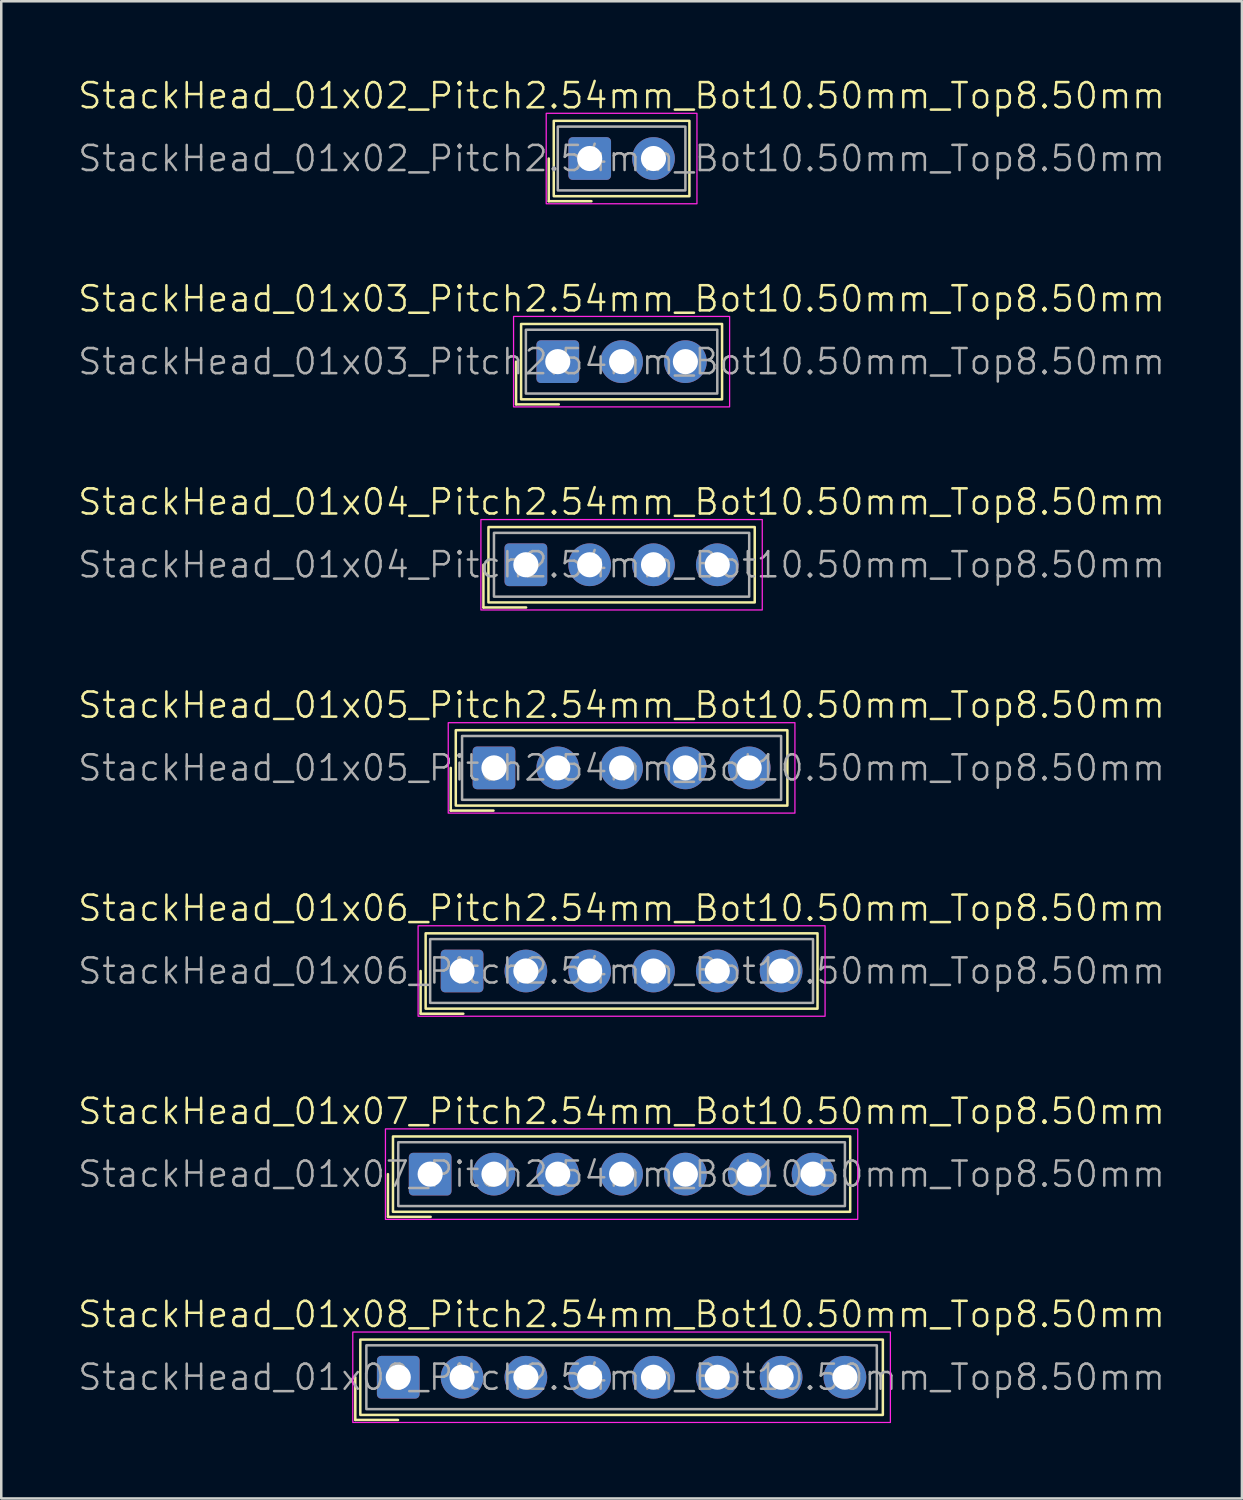
<source format=kicad_pcb>
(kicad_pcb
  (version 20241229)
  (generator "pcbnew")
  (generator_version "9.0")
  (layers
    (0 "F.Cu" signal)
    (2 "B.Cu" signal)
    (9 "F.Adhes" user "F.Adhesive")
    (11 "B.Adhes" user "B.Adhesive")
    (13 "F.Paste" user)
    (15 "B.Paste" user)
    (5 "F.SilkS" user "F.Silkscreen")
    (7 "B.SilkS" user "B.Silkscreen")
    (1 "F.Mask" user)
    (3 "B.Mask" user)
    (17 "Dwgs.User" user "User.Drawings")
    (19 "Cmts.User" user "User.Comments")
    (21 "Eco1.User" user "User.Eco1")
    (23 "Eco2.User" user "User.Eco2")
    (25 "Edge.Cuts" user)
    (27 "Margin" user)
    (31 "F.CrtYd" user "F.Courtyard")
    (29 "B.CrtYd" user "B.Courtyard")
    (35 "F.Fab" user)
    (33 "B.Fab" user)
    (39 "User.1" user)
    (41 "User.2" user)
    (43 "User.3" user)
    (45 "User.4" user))
  (footprint "StackHead_01x08_Pitch2.54mm_Bot10.50mm_Top8.50mm"
    (layer "F.Cu")
    (at 21.693 51.773)
    (property "Reference" "StackHead_01x08_Pitch2.54mm_Bot10.50mm_Top8.50mm" (at 0 -2.5 0) (unlocked yes) (layer "F.SilkS") (effects (font (size 1 1) (thickness 0.1))))
    (attr through_hole)
    (fp_line (start -10.6 0) (end -10.6 1.7) (stroke (width 0.1) (type default)) (layer "F.SilkS"))
    (fp_line (start -10.6 1.7) (end -8.9 1.7) (stroke (width 0.1) (type default)) (layer "F.SilkS"))
    (fp_rect (start -10.4 -1.5) (end 10.4 1.5) (stroke (width 0.1) (type default)) (fill no) (layer "F.SilkS"))
    (fp_rect (start -10.7 1.8) (end 10.7 -1.8) (stroke (width 0.05) (type default)) (fill no) (layer "F.CrtYd"))
    (fp_rect (start -10.16 -1.27) (end 10.16 1.27) (stroke (width 0.1) (type default)) (fill no) (layer "F.Fab"))
    (fp_text user "${REFERENCE}" (at 0 0 0) (unlocked yes) (layer "F.Fab") (effects (font (size 1 1) (thickness 0.1))))
    (pad "1" thru_hole roundrect (at -8.89 0) (size 1.7 1.7) (drill 1) (layers "*.Cu" "*.Mask") (roundrect_rratio 0.1))
    (pad "2" thru_hole circle (at -6.35 0) (size 1.7 1.7) (drill 1) (layers "*.Cu" "*.Mask"))
    (pad "3" thru_hole circle (at -3.81 0) (size 1.7 1.7) (drill 1) (layers "*.Cu" "*.Mask"))
    (pad "4" thru_hole circle (at -1.27 0) (size 1.7 1.7) (drill 1) (layers "*.Cu" "*.Mask"))
    (pad "5" thru_hole circle (at 1.27 0) (size 1.7 1.7) (drill 1) (layers "*.Cu" "*.Mask"))
    (pad "6" thru_hole circle (at 3.81 0) (size 1.7 1.7) (drill 1) (layers "*.Cu" "*.Mask"))
    (pad "7" thru_hole circle (at 6.35 0) (size 1.7 1.7) (drill 1) (layers "*.Cu" "*.Mask"))
    (pad "8" thru_hole circle (at 8.89 0) (size 1.7 1.7) (drill 1) (layers "*.Cu" "*.Mask")))
  (footprint "StackHead_01x03_Pitch2.54mm_Bot10.50mm_Top8.50mm"
    (layer "F.Cu")
    (at 21.693 11.346)
    (property "Reference" "StackHead_01x03_Pitch2.54mm_Bot10.50mm_Top8.50mm" (at 0 -2.5 0) (unlocked yes) (layer "F.SilkS") (effects (font (size 1 1) (thickness 0.1))))
    (attr through_hole)
    (fp_line (start -4.2 0) (end -4.2 1.7) (stroke (width 0.1) (type default)) (layer "F.SilkS"))
    (fp_line (start -4.2 1.7) (end -2.5 1.7) (stroke (width 0.1) (type default)) (layer "F.SilkS"))
    (fp_rect (start -4 -1.5) (end 4 1.5) (stroke (width 0.1) (type default)) (fill no) (layer "F.SilkS"))
    (fp_rect (start -4.3 1.8) (end 4.3 -1.8) (stroke (width 0.05) (type default)) (fill no) (layer "F.CrtYd"))
    (fp_rect (start -3.81 -1.27) (end 3.81 1.27) (stroke (width 0.1) (type default)) (fill no) (layer "F.Fab"))
    (fp_text user "${REFERENCE}" (at 0 0 0) (unlocked yes) (layer "F.Fab") (effects (font (size 1 1) (thickness 0.1))))
    (pad "1" thru_hole roundrect (at -2.54 0) (size 1.7 1.7) (drill 1) (layers "*.Cu" "*.Mask") (roundrect_rratio 0.1))
    (pad "2" thru_hole circle (at 0 0) (size 1.7 1.7) (drill 1) (layers "*.Cu" "*.Mask"))
    (pad "3" thru_hole circle (at 2.54 0) (size 1.7 1.7) (drill 1) (layers "*.Cu" "*.Mask")))
  (footprint "StackHead_01x06_Pitch2.54mm_Bot10.50mm_Top8.50mm"
    (layer "F.Cu")
    (at 21.693 35.602)
    (property "Reference" "StackHead_01x06_Pitch2.54mm_Bot10.50mm_Top8.50mm" (at 0 -2.5 0) (unlocked yes) (layer "F.SilkS") (effects (font (size 1 1) (thickness 0.1))))
    (attr through_hole)
    (fp_line (start -8 0) (end -8 1.7) (stroke (width 0.1) (type default)) (layer "F.SilkS"))
    (fp_line (start -8 1.7) (end -6.3 1.7) (stroke (width 0.1) (type default)) (layer "F.SilkS"))
    (fp_rect (start -7.8 -1.5) (end 7.8 1.5) (stroke (width 0.1) (type default)) (fill no) (layer "F.SilkS"))
    (fp_rect (start -8.1 1.8) (end 8.1 -1.8) (stroke (width 0.05) (type default)) (fill no) (layer "F.CrtYd"))
    (fp_rect (start -7.62 -1.27) (end 7.62 1.27) (stroke (width 0.1) (type default)) (fill no) (layer "F.Fab"))
    (fp_text user "${REFERENCE}" (at 0 0 0) (unlocked yes) (layer "F.Fab") (effects (font (size 1 1) (thickness 0.1))))
    (pad "1" thru_hole roundrect (at -6.35 0) (size 1.7 1.7) (drill 1) (layers "*.Cu" "*.Mask") (roundrect_rratio 0.1))
    (pad "2" thru_hole circle (at -3.81 0) (size 1.7 1.7) (drill 1) (layers "*.Cu" "*.Mask"))
    (pad "3" thru_hole circle (at -1.27 0) (size 1.7 1.7) (drill 1) (layers "*.Cu" "*.Mask"))
    (pad "4" thru_hole circle (at 1.27 0) (size 1.7 1.7) (drill 1) (layers "*.Cu" "*.Mask"))
    (pad "5" thru_hole circle (at 3.81 0) (size 1.7 1.7) (drill 1) (layers "*.Cu" "*.Mask"))
    (pad "6" thru_hole circle (at 6.35 0) (size 1.7 1.7) (drill 1) (layers "*.Cu" "*.Mask")))
  (footprint "StackHead_01x04_Pitch2.54mm_Bot10.50mm_Top8.50mm"
    (layer "F.Cu")
    (at 21.693 19.431)
    (property "Reference" "StackHead_01x04_Pitch2.54mm_Bot10.50mm_Top8.50mm" (at 0 -2.5 0) (unlocked yes) (layer "F.SilkS") (effects (font (size 1 1) (thickness 0.1))))
    (attr through_hole)
    (fp_line (start -5.5 0) (end -5.5 1.7) (stroke (width 0.1) (type default)) (layer "F.SilkS"))
    (fp_line (start -5.5 1.7) (end -3.8 1.7) (stroke (width 0.1) (type default)) (layer "F.SilkS"))
    (fp_rect (start -5.3 -1.5) (end 5.3 1.5) (stroke (width 0.1) (type default)) (fill no) (layer "F.SilkS"))
    (fp_rect (start -5.6 1.8) (end 5.6 -1.8) (stroke (width 0.05) (type default)) (fill no) (layer "F.CrtYd"))
    (fp_rect (start -5.08 -1.27) (end 5.08 1.27) (stroke (width 0.1) (type default)) (fill no) (layer "F.Fab"))
    (fp_text user "${REFERENCE}" (at 0 0 0) (unlocked yes) (layer "F.Fab") (effects (font (size 1 1) (thickness 0.1))))
    (pad "1" thru_hole roundrect (at -3.81 0) (size 1.7 1.7) (drill 1) (layers "*.Cu" "*.Mask") (roundrect_rratio 0.1))
    (pad "2" thru_hole circle (at -1.27 0) (size 1.7 1.7) (drill 1) (layers "*.Cu" "*.Mask"))
    (pad "3" thru_hole circle (at 1.27 0) (size 1.7 1.7) (drill 1) (layers "*.Cu" "*.Mask"))
    (pad "4" thru_hole circle (at 3.81 0) (size 1.7 1.7) (drill 1) (layers "*.Cu" "*.Mask")))
  (footprint "StackHead_01x07_Pitch2.54mm_Bot10.50mm_Top8.50mm"
    (layer "F.Cu")
    (at 21.693 43.688)
    (property "Reference" "StackHead_01x07_Pitch2.54mm_Bot10.50mm_Top8.50mm" (at 0 -2.5 0) (unlocked yes) (layer "F.SilkS") (effects (font (size 1 1) (thickness 0.1))))
    (attr through_hole)
    (fp_line (start -9.3 0) (end -9.3 1.7) (stroke (width 0.1) (type default)) (layer "F.SilkS"))
    (fp_line (start -9.3 1.7) (end -7.6 1.7) (stroke (width 0.1) (type default)) (layer "F.SilkS"))
    (fp_rect (start -9.1 -1.5) (end 9.1 1.5) (stroke (width 0.1) (type default)) (fill no) (layer "F.SilkS"))
    (fp_rect (start -9.4 1.8) (end 9.4 -1.8) (stroke (width 0.05) (type default)) (fill no) (layer "F.CrtYd"))
    (fp_rect (start -8.89 -1.27) (end 8.89 1.27) (stroke (width 0.1) (type default)) (fill no) (layer "F.Fab"))
    (fp_text user "${REFERENCE}" (at 0 0 0) (unlocked yes) (layer "F.Fab") (effects (font (size 1 1) (thickness 0.1))))
    (pad "1" thru_hole roundrect (at -7.62 0) (size 1.7 1.7) (drill 1) (layers "*.Cu" "*.Mask") (roundrect_rratio 0.1))
    (pad "2" thru_hole circle (at -5.08 0) (size 1.7 1.7) (drill 1) (layers "*.Cu" "*.Mask"))
    (pad "3" thru_hole circle (at -2.54 0) (size 1.7 1.7) (drill 1) (layers "*.Cu" "*.Mask"))
    (pad "4" thru_hole circle (at 0 0) (size 1.7 1.7) (drill 1) (layers "*.Cu" "*.Mask"))
    (pad "5" thru_hole circle (at 2.54 0) (size 1.7 1.7) (drill 1) (layers "*.Cu" "*.Mask"))
    (pad "6" thru_hole circle (at 5.08 0) (size 1.7 1.7) (drill 1) (layers "*.Cu" "*.Mask"))
    (pad "7" thru_hole circle (at 7.62 0) (size 1.7 1.7) (drill 1) (layers "*.Cu" "*.Mask")))
  (footprint "StackHead_01x02_Pitch2.54mm_Bot10.50mm_Top8.50mm"
    (layer "F.Cu")
    (at 21.693 3.26)
    (property "Reference" "StackHead_01x02_Pitch2.54mm_Bot10.50mm_Top8.50mm" (at 0 -2.5 0) (unlocked yes) (layer "F.SilkS") (effects (font (size 1 1) (thickness 0.1))))
    (attr through_hole)
    (fp_line (start -2.9 0) (end -2.9 1.7) (stroke (width 0.1) (type default)) (layer "F.SilkS"))
    (fp_line (start -2.9 1.7) (end -1.2 1.7) (stroke (width 0.1) (type default)) (layer "F.SilkS"))
    (fp_rect (start -2.7 -1.5) (end 2.7 1.5) (stroke (width 0.1) (type default)) (fill no) (layer "F.SilkS"))
    (fp_rect (start -3 1.8) (end 3 -1.8) (stroke (width 0.05) (type default)) (fill no) (layer "F.CrtYd"))
    (fp_rect (start -2.54 -1.27) (end 2.54 1.27) (stroke (width 0.1) (type default)) (fill no) (layer "F.Fab"))
    (fp_text user "${REFERENCE}" (at 0 0 0) (unlocked yes) (layer "F.Fab") (effects (font (size 1 1) (thickness 0.1))))
    (pad "1" thru_hole roundrect (at -1.27 0) (size 1.7 1.7) (drill 1) (layers "*.Cu" "*.Mask") (roundrect_rratio 0.1))
    (pad "2" thru_hole circle (at 1.27 0) (size 1.7 1.7) (drill 1) (layers "*.Cu" "*.Mask")))
  (footprint "StackHead_01x05_Pitch2.54mm_Bot10.50mm_Top8.50mm"
    (layer "F.Cu")
    (at 21.693 27.517)
    (property "Reference" "StackHead_01x05_Pitch2.54mm_Bot10.50mm_Top8.50mm" (at 0 -2.5 0) (unlocked yes) (layer "F.SilkS") (effects (font (size 1 1) (thickness 0.1))))
    (attr through_hole)
    (fp_line (start -6.8 0) (end -6.8 1.7) (stroke (width 0.1) (type default)) (layer "F.SilkS"))
    (fp_line (start -6.8 1.7) (end -5.1 1.7) (stroke (width 0.1) (type default)) (layer "F.SilkS"))
    (fp_rect (start -6.6 -1.5) (end 6.6 1.5) (stroke (width 0.1) (type default)) (fill no) (layer "F.SilkS"))
    (fp_rect (start -6.9 1.8) (end 6.9 -1.8) (stroke (width 0.05) (type default)) (fill no) (layer "F.CrtYd"))
    (fp_rect (start -6.35 -1.27) (end 6.35 1.27) (stroke (width 0.1) (type default)) (fill no) (layer "F.Fab"))
    (fp_text user "${REFERENCE}" (at 0 0 0) (unlocked yes) (layer "F.Fab") (effects (font (size 1 1) (thickness 0.1))))
    (pad "1" thru_hole roundrect (at -5.08 0) (size 1.7 1.7) (drill 1) (layers "*.Cu" "*.Mask") (roundrect_rratio 0.1))
    (pad "2" thru_hole circle (at -2.54 0) (size 1.7 1.7) (drill 1) (layers "*.Cu" "*.Mask"))
    (pad "3" thru_hole circle (at 0 0) (size 1.7 1.7) (drill 1) (layers "*.Cu" "*.Mask"))
    (pad "4" thru_hole circle (at 2.54 0) (size 1.7 1.7) (drill 1) (layers "*.Cu" "*.Mask"))
    (pad "5" thru_hole circle (at 5.08 0) (size 1.7 1.7) (drill 1) (layers "*.Cu" "*.Mask")))
  (gr_rect
    (start -3 -3)
    (end 46.386 56.599)
    (stroke (width 0.1) (type default))
    (fill no)
    (layer "Edge.Cuts")))
</source>
